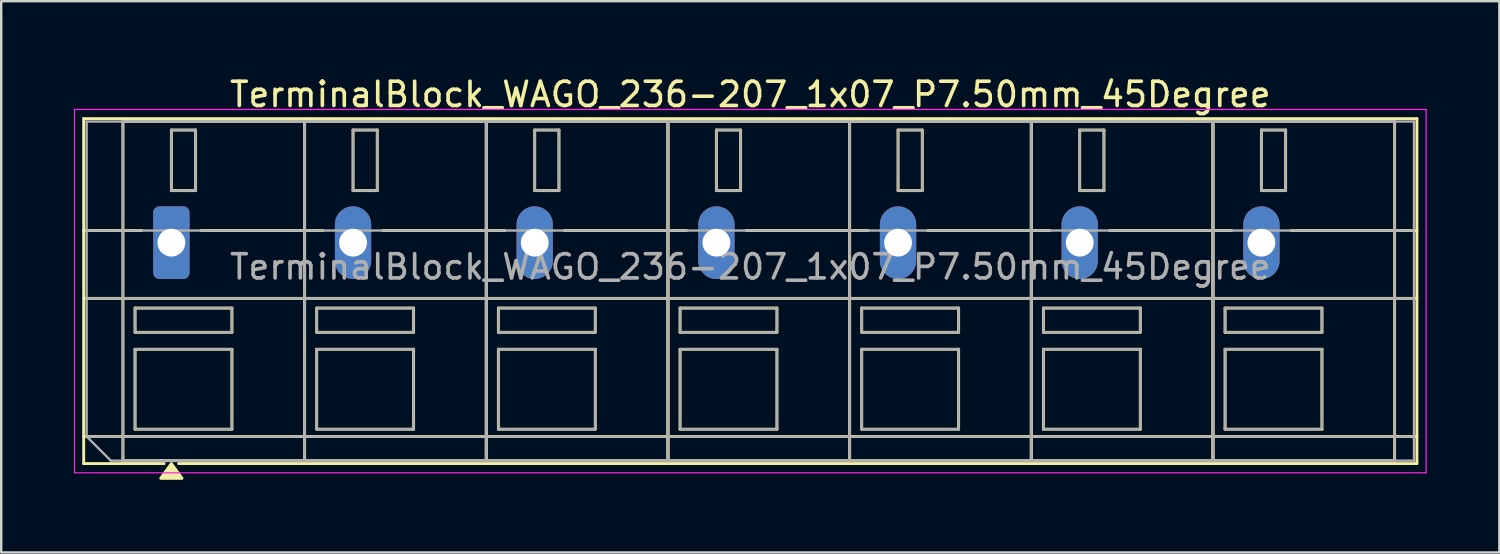
<source format=kicad_pcb>
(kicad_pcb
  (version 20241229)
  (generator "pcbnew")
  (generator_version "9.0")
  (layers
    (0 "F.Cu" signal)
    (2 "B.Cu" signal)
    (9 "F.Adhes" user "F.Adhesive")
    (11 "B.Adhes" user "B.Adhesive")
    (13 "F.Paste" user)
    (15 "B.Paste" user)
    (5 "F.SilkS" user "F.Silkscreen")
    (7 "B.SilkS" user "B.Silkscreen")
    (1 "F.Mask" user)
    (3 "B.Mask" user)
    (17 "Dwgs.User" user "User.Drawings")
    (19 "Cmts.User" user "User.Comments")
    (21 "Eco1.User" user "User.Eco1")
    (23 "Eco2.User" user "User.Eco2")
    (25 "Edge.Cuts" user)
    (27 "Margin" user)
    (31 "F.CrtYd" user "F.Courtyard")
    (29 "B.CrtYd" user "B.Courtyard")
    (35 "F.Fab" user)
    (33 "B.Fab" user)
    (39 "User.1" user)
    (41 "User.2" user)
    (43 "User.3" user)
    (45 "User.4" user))
  (footprint "TerminalBlock_WAGO_236-207_1x07_P7.50mm_45Degree"
    (layer "F.Cu")
    (at 4.025 6.968)
    (property "Reference" "TerminalBlock_WAGO_236-207_1x07_P7.50mm_45Degree" (at 23.9 -6.12 0) (layer "F.SilkS") (effects (font (size 1 1) (thickness 0.15))))
    (attr through_hole)
    (fp_line (start -3.62 -5.12) (end 51.42 -5.12) (stroke (width 0.12) (type solid)) (layer "F.SilkS"))
    (fp_line (start -3.62 -0.5) (end -1.23 -0.5) (stroke (width 0.12) (type solid)) (layer "F.SilkS"))
    (fp_line (start -3.62 2.3) (end 51.42 2.3) (stroke (width 0.12) (type solid)) (layer "F.SilkS"))
    (fp_line (start -3.62 8) (end 51.42 8) (stroke (width 0.12) (type solid)) (layer "F.SilkS"))
    (fp_line (start -3.62 9.12) (end -3.62 -5.12) (stroke (width 0.12) (type solid)) (layer "F.SilkS"))
    (fp_line (start -2 -5) (end 5.5 -5) (stroke (width 0.12) (type solid)) (layer "F.SilkS"))
    (fp_line (start -2 9) (end -2 -5) (stroke (width 0.12) (type solid)) (layer "F.SilkS"))
    (fp_line (start -1.5 2.7) (end 2.5 2.7) (stroke (width 0.12) (type solid)) (layer "F.SilkS"))
    (fp_line (start -1.5 3.7) (end -1.5 2.7) (stroke (width 0.12) (type solid)) (layer "F.SilkS"))
    (fp_line (start -1.5 4.4) (end 2.5 4.4) (stroke (width 0.12) (type solid)) (layer "F.SilkS"))
    (fp_line (start -1.5 7.7) (end -1.5 4.4) (stroke (width 0.12) (type solid)) (layer "F.SilkS"))
    (fp_line (start -0.3 9.12) (end -3.62 9.12) (stroke (width 0.12) (type solid)) (layer "F.SilkS"))
    (fp_line (start 0 -4.65) (end 1 -4.65) (stroke (width 0.12) (type solid)) (layer "F.SilkS"))
    (fp_line (start 0 -2.15) (end 0 -4.65) (stroke (width 0.12) (type solid)) (layer "F.SilkS"))
    (fp_line (start 1 -4.65) (end 1 -2.15) (stroke (width 0.12) (type solid)) (layer "F.SilkS"))
    (fp_line (start 1 -2.15) (end 0 -2.15) (stroke (width 0.12) (type solid)) (layer "F.SilkS"))
    (fp_line (start 1.23 -0.5) (end 6.27 -0.5) (stroke (width 0.12) (type solid)) (layer "F.SilkS"))
    (fp_line (start 2.5 2.7) (end 2.5 3.7) (stroke (width 0.12) (type solid)) (layer "F.SilkS"))
    (fp_line (start 2.5 3.7) (end -1.5 3.7) (stroke (width 0.12) (type solid)) (layer "F.SilkS"))
    (fp_line (start 2.5 4.4) (end 2.5 7.7) (stroke (width 0.12) (type solid)) (layer "F.SilkS"))
    (fp_line (start 2.5 7.7) (end -1.5 7.7) (stroke (width 0.12) (type solid)) (layer "F.SilkS"))
    (fp_line (start 5.5 -5) (end 5.5 9) (stroke (width 0.12) (type solid)) (layer "F.SilkS"))
    (fp_line (start 5.5 -5) (end 13 -5) (stroke (width 0.12) (type solid)) (layer "F.SilkS"))
    (fp_line (start 5.5 9) (end -2 9) (stroke (width 0.12) (type solid)) (layer "F.SilkS"))
    (fp_line (start 5.5 9) (end 5.5 -5) (stroke (width 0.12) (type solid)) (layer "F.SilkS"))
    (fp_line (start 6 2.7) (end 10 2.7) (stroke (width 0.12) (type solid)) (layer "F.SilkS"))
    (fp_line (start 6 3.7) (end 6 2.7) (stroke (width 0.12) (type solid)) (layer "F.SilkS"))
    (fp_line (start 6 4.4) (end 10 4.4) (stroke (width 0.12) (type solid)) (layer "F.SilkS"))
    (fp_line (start 6 7.7) (end 6 4.4) (stroke (width 0.12) (type solid)) (layer "F.SilkS"))
    (fp_line (start 7.5 -4.65) (end 8.5 -4.65) (stroke (width 0.12) (type solid)) (layer "F.SilkS"))
    (fp_line (start 7.5 -2.15) (end 7.5 -4.65) (stroke (width 0.12) (type solid)) (layer "F.SilkS"))
    (fp_line (start 8.5 -4.65) (end 8.5 -2.15) (stroke (width 0.12) (type solid)) (layer "F.SilkS"))
    (fp_line (start 8.5 -2.15) (end 7.5 -2.15) (stroke (width 0.12) (type solid)) (layer "F.SilkS"))
    (fp_line (start 8.73 -0.5) (end 13.77 -0.5) (stroke (width 0.12) (type solid)) (layer "F.SilkS"))
    (fp_line (start 10 2.7) (end 10 3.7) (stroke (width 0.12) (type solid)) (layer "F.SilkS"))
    (fp_line (start 10 3.7) (end 6 3.7) (stroke (width 0.12) (type solid)) (layer "F.SilkS"))
    (fp_line (start 10 4.4) (end 10 7.7) (stroke (width 0.12) (type solid)) (layer "F.SilkS"))
    (fp_line (start 10 7.7) (end 6 7.7) (stroke (width 0.12) (type solid)) (layer "F.SilkS"))
    (fp_line (start 13 -5) (end 13 9) (stroke (width 0.12) (type solid)) (layer "F.SilkS"))
    (fp_line (start 13 -5) (end 20.5 -5) (stroke (width 0.12) (type solid)) (layer "F.SilkS"))
    (fp_line (start 13 9) (end 5.5 9) (stroke (width 0.12) (type solid)) (layer "F.SilkS"))
    (fp_line (start 13 9) (end 13 -5) (stroke (width 0.12) (type solid)) (layer "F.SilkS"))
    (fp_line (start 13.5 2.7) (end 17.5 2.7) (stroke (width 0.12) (type solid)) (layer "F.SilkS"))
    (fp_line (start 13.5 3.7) (end 13.5 2.7) (stroke (width 0.12) (type solid)) (layer "F.SilkS"))
    (fp_line (start 13.5 4.4) (end 17.5 4.4) (stroke (width 0.12) (type solid)) (layer "F.SilkS"))
    (fp_line (start 13.5 7.7) (end 13.5 4.4) (stroke (width 0.12) (type solid)) (layer "F.SilkS"))
    (fp_line (start 15 -4.65) (end 16 -4.65) (stroke (width 0.12) (type solid)) (layer "F.SilkS"))
    (fp_line (start 15 -2.15) (end 15 -4.65) (stroke (width 0.12) (type solid)) (layer "F.SilkS"))
    (fp_line (start 16 -4.65) (end 16 -2.15) (stroke (width 0.12) (type solid)) (layer "F.SilkS"))
    (fp_line (start 16 -2.15) (end 15 -2.15) (stroke (width 0.12) (type solid)) (layer "F.SilkS"))
    (fp_line (start 16.23 -0.5) (end 21.27 -0.5) (stroke (width 0.12) (type solid)) (layer "F.SilkS"))
    (fp_line (start 17.5 2.7) (end 17.5 3.7) (stroke (width 0.12) (type solid)) (layer "F.SilkS"))
    (fp_line (start 17.5 3.7) (end 13.5 3.7) (stroke (width 0.12) (type solid)) (layer "F.SilkS"))
    (fp_line (start 17.5 4.4) (end 17.5 7.7) (stroke (width 0.12) (type solid)) (layer "F.SilkS"))
    (fp_line (start 17.5 7.7) (end 13.5 7.7) (stroke (width 0.12) (type solid)) (layer "F.SilkS"))
    (fp_line (start 20.5 -5) (end 20.5 9) (stroke (width 0.12) (type solid)) (layer "F.SilkS"))
    (fp_line (start 20.5 -5) (end 28 -5) (stroke (width 0.12) (type solid)) (layer "F.SilkS"))
    (fp_line (start 20.5 9) (end 13 9) (stroke (width 0.12) (type solid)) (layer "F.SilkS"))
    (fp_line (start 20.5 9) (end 20.5 -5) (stroke (width 0.12) (type solid)) (layer "F.SilkS"))
    (fp_line (start 21 2.7) (end 25 2.7) (stroke (width 0.12) (type solid)) (layer "F.SilkS"))
    (fp_line (start 21 3.7) (end 21 2.7) (stroke (width 0.12) (type solid)) (layer "F.SilkS"))
    (fp_line (start 21 4.4) (end 25 4.4) (stroke (width 0.12) (type solid)) (layer "F.SilkS"))
    (fp_line (start 21 7.7) (end 21 4.4) (stroke (width 0.12) (type solid)) (layer "F.SilkS"))
    (fp_line (start 22.5 -4.65) (end 23.5 -4.65) (stroke (width 0.12) (type solid)) (layer "F.SilkS"))
    (fp_line (start 22.5 -2.15) (end 22.5 -4.65) (stroke (width 0.12) (type solid)) (layer "F.SilkS"))
    (fp_line (start 23.5 -4.65) (end 23.5 -2.15) (stroke (width 0.12) (type solid)) (layer "F.SilkS"))
    (fp_line (start 23.5 -2.15) (end 22.5 -2.15) (stroke (width 0.12) (type solid)) (layer "F.SilkS"))
    (fp_line (start 23.73 -0.5) (end 28.77 -0.5) (stroke (width 0.12) (type solid)) (layer "F.SilkS"))
    (fp_line (start 25 2.7) (end 25 3.7) (stroke (width 0.12) (type solid)) (layer "F.SilkS"))
    (fp_line (start 25 3.7) (end 21 3.7) (stroke (width 0.12) (type solid)) (layer "F.SilkS"))
    (fp_line (start 25 4.4) (end 25 7.7) (stroke (width 0.12) (type solid)) (layer "F.SilkS"))
    (fp_line (start 25 7.7) (end 21 7.7) (stroke (width 0.12) (type solid)) (layer "F.SilkS"))
    (fp_line (start 28 -5) (end 28 9) (stroke (width 0.12) (type solid)) (layer "F.SilkS"))
    (fp_line (start 28 -5) (end 35.5 -5) (stroke (width 0.12) (type solid)) (layer "F.SilkS"))
    (fp_line (start 28 9) (end 20.5 9) (stroke (width 0.12) (type solid)) (layer "F.SilkS"))
    (fp_line (start 28 9) (end 28 -5) (stroke (width 0.12) (type solid)) (layer "F.SilkS"))
    (fp_line (start 28.5 2.7) (end 32.5 2.7) (stroke (width 0.12) (type solid)) (layer "F.SilkS"))
    (fp_line (start 28.5 3.7) (end 28.5 2.7) (stroke (width 0.12) (type solid)) (layer "F.SilkS"))
    (fp_line (start 28.5 4.4) (end 32.5 4.4) (stroke (width 0.12) (type solid)) (layer "F.SilkS"))
    (fp_line (start 28.5 7.7) (end 28.5 4.4) (stroke (width 0.12) (type solid)) (layer "F.SilkS"))
    (fp_line (start 30 -4.65) (end 31 -4.65) (stroke (width 0.12) (type solid)) (layer "F.SilkS"))
    (fp_line (start 30 -2.15) (end 30 -4.65) (stroke (width 0.12) (type solid)) (layer "F.SilkS"))
    (fp_line (start 31 -4.65) (end 31 -2.15) (stroke (width 0.12) (type solid)) (layer "F.SilkS"))
    (fp_line (start 31 -2.15) (end 30 -2.15) (stroke (width 0.12) (type solid)) (layer "F.SilkS"))
    (fp_line (start 31.23 -0.5) (end 36.27 -0.5) (stroke (width 0.12) (type solid)) (layer "F.SilkS"))
    (fp_line (start 32.5 2.7) (end 32.5 3.7) (stroke (width 0.12) (type solid)) (layer "F.SilkS"))
    (fp_line (start 32.5 3.7) (end 28.5 3.7) (stroke (width 0.12) (type solid)) (layer "F.SilkS"))
    (fp_line (start 32.5 4.4) (end 32.5 7.7) (stroke (width 0.12) (type solid)) (layer "F.SilkS"))
    (fp_line (start 32.5 7.7) (end 28.5 7.7) (stroke (width 0.12) (type solid)) (layer "F.SilkS"))
    (fp_line (start 35.5 -5) (end 35.5 9) (stroke (width 0.12) (type solid)) (layer "F.SilkS"))
    (fp_line (start 35.5 -5) (end 43 -5) (stroke (width 0.12) (type solid)) (layer "F.SilkS"))
    (fp_line (start 35.5 9) (end 28 9) (stroke (width 0.12) (type solid)) (layer "F.SilkS"))
    (fp_line (start 35.5 9) (end 35.5 -5) (stroke (width 0.12) (type solid)) (layer "F.SilkS"))
    (fp_line (start 36 2.7) (end 40 2.7) (stroke (width 0.12) (type solid)) (layer "F.SilkS"))
    (fp_line (start 36 3.7) (end 36 2.7) (stroke (width 0.12) (type solid)) (layer "F.SilkS"))
    (fp_line (start 36 4.4) (end 40 4.4) (stroke (width 0.12) (type solid)) (layer "F.SilkS"))
    (fp_line (start 36 7.7) (end 36 4.4) (stroke (width 0.12) (type solid)) (layer "F.SilkS"))
    (fp_line (start 37.5 -4.65) (end 38.5 -4.65) (stroke (width 0.12) (type solid)) (layer "F.SilkS"))
    (fp_line (start 37.5 -2.15) (end 37.5 -4.65) (stroke (width 0.12) (type solid)) (layer "F.SilkS"))
    (fp_line (start 38.5 -4.65) (end 38.5 -2.15) (stroke (width 0.12) (type solid)) (layer "F.SilkS"))
    (fp_line (start 38.5 -2.15) (end 37.5 -2.15) (stroke (width 0.12) (type solid)) (layer "F.SilkS"))
    (fp_line (start 38.73 -0.5) (end 43.77 -0.5) (stroke (width 0.12) (type solid)) (layer "F.SilkS"))
    (fp_line (start 40 2.7) (end 40 3.7) (stroke (width 0.12) (type solid)) (layer "F.SilkS"))
    (fp_line (start 40 3.7) (end 36 3.7) (stroke (width 0.12) (type solid)) (layer "F.SilkS"))
    (fp_line (start 40 4.4) (end 40 7.7) (stroke (width 0.12) (type solid)) (layer "F.SilkS"))
    (fp_line (start 40 7.7) (end 36 7.7) (stroke (width 0.12) (type solid)) (layer "F.SilkS"))
    (fp_line (start 43 -5) (end 43 9) (stroke (width 0.12) (type solid)) (layer "F.SilkS"))
    (fp_line (start 43 -5) (end 50.5 -5) (stroke (width 0.12) (type solid)) (layer "F.SilkS"))
    (fp_line (start 43 9) (end 35.5 9) (stroke (width 0.12) (type solid)) (layer "F.SilkS"))
    (fp_line (start 43 9) (end 43 -5) (stroke (width 0.12) (type solid)) (layer "F.SilkS"))
    (fp_line (start 43.5 2.7) (end 47.5 2.7) (stroke (width 0.12) (type solid)) (layer "F.SilkS"))
    (fp_line (start 43.5 3.7) (end 43.5 2.7) (stroke (width 0.12) (type solid)) (layer "F.SilkS"))
    (fp_line (start 43.5 4.4) (end 47.5 4.4) (stroke (width 0.12) (type solid)) (layer "F.SilkS"))
    (fp_line (start 43.5 7.7) (end 43.5 4.4) (stroke (width 0.12) (type solid)) (layer "F.SilkS"))
    (fp_line (start 45 -4.65) (end 46 -4.65) (stroke (width 0.12) (type solid)) (layer "F.SilkS"))
    (fp_line (start 45 -2.15) (end 45 -4.65) (stroke (width 0.12) (type solid)) (layer "F.SilkS"))
    (fp_line (start 46 -4.65) (end 46 -2.15) (stroke (width 0.12) (type solid)) (layer "F.SilkS"))
    (fp_line (start 46 -2.15) (end 45 -2.15) (stroke (width 0.12) (type solid)) (layer "F.SilkS"))
    (fp_line (start 46.23 -0.5) (end 51.42 -0.5) (stroke (width 0.12) (type solid)) (layer "F.SilkS"))
    (fp_line (start 47.5 2.7) (end 47.5 3.7) (stroke (width 0.12) (type solid)) (layer "F.SilkS"))
    (fp_line (start 47.5 3.7) (end 43.5 3.7) (stroke (width 0.12) (type solid)) (layer "F.SilkS"))
    (fp_line (start 47.5 4.4) (end 47.5 7.7) (stroke (width 0.12) (type solid)) (layer "F.SilkS"))
    (fp_line (start 47.5 7.7) (end 43.5 7.7) (stroke (width 0.12) (type solid)) (layer "F.SilkS"))
    (fp_line (start 50.5 -5) (end 50.5 9) (stroke (width 0.12) (type solid)) (layer "F.SilkS"))
    (fp_line (start 50.5 9) (end 43 9) (stroke (width 0.12) (type solid)) (layer "F.SilkS"))
    (fp_line (start 51.42 -5.12) (end 51.42 9.12) (stroke (width 0.12) (type solid)) (layer "F.SilkS"))
    (fp_line (start 51.42 9.12) (end 0.3 9.12) (stroke (width 0.12) (type solid)) (layer "F.SilkS"))
    (fp_poly (pts (xy 0 9.12) (xy 0.44 9.73) (xy -0.44 9.73)) (stroke (width 0.12) (type solid)) (fill yes) (layer "F.SilkS"))
    (fp_line (start -4 -5.5) (end -4 9.5) (stroke (width 0.05) (type solid)) (layer "F.CrtYd"))
    (fp_line (start -4 9.5) (end 51.8 9.5) (stroke (width 0.05) (type solid)) (layer "F.CrtYd"))
    (fp_line (start 51.8 -5.5) (end -4 -5.5) (stroke (width 0.05) (type solid)) (layer "F.CrtYd"))
    (fp_line (start 51.8 9.5) (end 51.8 -5.5) (stroke (width 0.05) (type solid)) (layer "F.CrtYd"))
    (fp_line (start -3.5 -5) (end 51.3 -5) (stroke (width 0.1) (type solid)) (layer "F.Fab"))
    (fp_line (start -3.5 -0.5) (end 51.3 -0.5) (stroke (width 0.1) (type solid)) (layer "F.Fab"))
    (fp_line (start -3.5 2.3) (end 51.3 2.3) (stroke (width 0.1) (type solid)) (layer "F.Fab"))
    (fp_line (start -3.5 8) (end -3.5 -5) (stroke (width 0.1) (type solid)) (layer "F.Fab"))
    (fp_line (start -3.5 8) (end 51.3 8) (stroke (width 0.1) (type solid)) (layer "F.Fab"))
    (fp_line (start -2.5 9) (end -3.5 8) (stroke (width 0.1) (type solid)) (layer "F.Fab"))
    (fp_line (start -2 -5) (end -2 9) (stroke (width 0.1) (type solid)) (layer "F.Fab"))
    (fp_line (start -2 9) (end 5.5 9) (stroke (width 0.1) (type solid)) (layer "F.Fab"))
    (fp_line (start -1.5 2.7) (end -1.5 3.7) (stroke (width 0.1) (type solid)) (layer "F.Fab"))
    (fp_line (start -1.5 3.7) (end 2.5 3.7) (stroke (width 0.1) (type solid)) (layer "F.Fab"))
    (fp_line (start -1.5 4.4) (end -1.5 7.7) (stroke (width 0.1) (type solid)) (layer "F.Fab"))
    (fp_line (start -1.5 7.7) (end 2.5 7.7) (stroke (width 0.1) (type solid)) (layer "F.Fab"))
    (fp_line (start 0 -4.65) (end 0 -2.15) (stroke (width 0.1) (type solid)) (layer "F.Fab"))
    (fp_line (start 0 -2.15) (end 1 -2.15) (stroke (width 0.1) (type solid)) (layer "F.Fab"))
    (fp_line (start 1 -4.65) (end 0 -4.65) (stroke (width 0.1) (type solid)) (layer "F.Fab"))
    (fp_line (start 1 -2.15) (end 1 -4.65) (stroke (width 0.1) (type solid)) (layer "F.Fab"))
    (fp_line (start 2.5 2.7) (end -1.5 2.7) (stroke (width 0.1) (type solid)) (layer "F.Fab"))
    (fp_line (start 2.5 3.7) (end 2.5 2.7) (stroke (width 0.1) (type solid)) (layer "F.Fab"))
    (fp_line (start 2.5 4.4) (end -1.5 4.4) (stroke (width 0.1) (type solid)) (layer "F.Fab"))
    (fp_line (start 2.5 7.7) (end 2.5 4.4) (stroke (width 0.1) (type solid)) (layer "F.Fab"))
    (fp_line (start 5.5 -5) (end -2 -5) (stroke (width 0.1) (type solid)) (layer "F.Fab"))
    (fp_line (start 5.5 -5) (end 5.5 9) (stroke (width 0.1) (type solid)) (layer "F.Fab"))
    (fp_line (start 5.5 9) (end 5.5 -5) (stroke (width 0.1) (type solid)) (layer "F.Fab"))
    (fp_line (start 5.5 9) (end 13 9) (stroke (width 0.1) (type solid)) (layer "F.Fab"))
    (fp_line (start 6 2.7) (end 6 3.7) (stroke (width 0.1) (type solid)) (layer "F.Fab"))
    (fp_line (start 6 3.7) (end 10 3.7) (stroke (width 0.1) (type solid)) (layer "F.Fab"))
    (fp_line (start 6 4.4) (end 6 7.7) (stroke (width 0.1) (type solid)) (layer "F.Fab"))
    (fp_line (start 6 7.7) (end 10 7.7) (stroke (width 0.1) (type solid)) (layer "F.Fab"))
    (fp_line (start 7.5 -4.65) (end 7.5 -2.15) (stroke (width 0.1) (type solid)) (layer "F.Fab"))
    (fp_line (start 7.5 -2.15) (end 8.5 -2.15) (stroke (width 0.1) (type solid)) (layer "F.Fab"))
    (fp_line (start 8.5 -4.65) (end 7.5 -4.65) (stroke (width 0.1) (type solid)) (layer "F.Fab"))
    (fp_line (start 8.5 -2.15) (end 8.5 -4.65) (stroke (width 0.1) (type solid)) (layer "F.Fab"))
    (fp_line (start 10 2.7) (end 6 2.7) (stroke (width 0.1) (type solid)) (layer "F.Fab"))
    (fp_line (start 10 3.7) (end 10 2.7) (stroke (width 0.1) (type solid)) (layer "F.Fab"))
    (fp_line (start 10 4.4) (end 6 4.4) (stroke (width 0.1) (type solid)) (layer "F.Fab"))
    (fp_line (start 10 7.7) (end 10 4.4) (stroke (width 0.1) (type solid)) (layer "F.Fab"))
    (fp_line (start 13 -5) (end 5.5 -5) (stroke (width 0.1) (type solid)) (layer "F.Fab"))
    (fp_line (start 13 -5) (end 13 9) (stroke (width 0.1) (type solid)) (layer "F.Fab"))
    (fp_line (start 13 9) (end 13 -5) (stroke (width 0.1) (type solid)) (layer "F.Fab"))
    (fp_line (start 13 9) (end 20.5 9) (stroke (width 0.1) (type solid)) (layer "F.Fab"))
    (fp_line (start 13.5 2.7) (end 13.5 3.7) (stroke (width 0.1) (type solid)) (layer "F.Fab"))
    (fp_line (start 13.5 3.7) (end 17.5 3.7) (stroke (width 0.1) (type solid)) (layer "F.Fab"))
    (fp_line (start 13.5 4.4) (end 13.5 7.7) (stroke (width 0.1) (type solid)) (layer "F.Fab"))
    (fp_line (start 13.5 7.7) (end 17.5 7.7) (stroke (width 0.1) (type solid)) (layer "F.Fab"))
    (fp_line (start 15 -4.65) (end 15 -2.15) (stroke (width 0.1) (type solid)) (layer "F.Fab"))
    (fp_line (start 15 -2.15) (end 16 -2.15) (stroke (width 0.1) (type solid)) (layer "F.Fab"))
    (fp_line (start 16 -4.65) (end 15 -4.65) (stroke (width 0.1) (type solid)) (layer "F.Fab"))
    (fp_line (start 16 -2.15) (end 16 -4.65) (stroke (width 0.1) (type solid)) (layer "F.Fab"))
    (fp_line (start 17.5 2.7) (end 13.5 2.7) (stroke (width 0.1) (type solid)) (layer "F.Fab"))
    (fp_line (start 17.5 3.7) (end 17.5 2.7) (stroke (width 0.1) (type solid)) (layer "F.Fab"))
    (fp_line (start 17.5 4.4) (end 13.5 4.4) (stroke (width 0.1) (type solid)) (layer "F.Fab"))
    (fp_line (start 17.5 7.7) (end 17.5 4.4) (stroke (width 0.1) (type solid)) (layer "F.Fab"))
    (fp_line (start 20.5 -5) (end 13 -5) (stroke (width 0.1) (type solid)) (layer "F.Fab"))
    (fp_line (start 20.5 -5) (end 20.5 9) (stroke (width 0.1) (type solid)) (layer "F.Fab"))
    (fp_line (start 20.5 9) (end 20.5 -5) (stroke (width 0.1) (type solid)) (layer "F.Fab"))
    (fp_line (start 20.5 9) (end 28 9) (stroke (width 0.1) (type solid)) (layer "F.Fab"))
    (fp_line (start 21 2.7) (end 21 3.7) (stroke (width 0.1) (type solid)) (layer "F.Fab"))
    (fp_line (start 21 3.7) (end 25 3.7) (stroke (width 0.1) (type solid)) (layer "F.Fab"))
    (fp_line (start 21 4.4) (end 21 7.7) (stroke (width 0.1) (type solid)) (layer "F.Fab"))
    (fp_line (start 21 7.7) (end 25 7.7) (stroke (width 0.1) (type solid)) (layer "F.Fab"))
    (fp_line (start 22.5 -4.65) (end 22.5 -2.15) (stroke (width 0.1) (type solid)) (layer "F.Fab"))
    (fp_line (start 22.5 -2.15) (end 23.5 -2.15) (stroke (width 0.1) (type solid)) (layer "F.Fab"))
    (fp_line (start 23.5 -4.65) (end 22.5 -4.65) (stroke (width 0.1) (type solid)) (layer "F.Fab"))
    (fp_line (start 23.5 -2.15) (end 23.5 -4.65) (stroke (width 0.1) (type solid)) (layer "F.Fab"))
    (fp_line (start 25 2.7) (end 21 2.7) (stroke (width 0.1) (type solid)) (layer "F.Fab"))
    (fp_line (start 25 3.7) (end 25 2.7) (stroke (width 0.1) (type solid)) (layer "F.Fab"))
    (fp_line (start 25 4.4) (end 21 4.4) (stroke (width 0.1) (type solid)) (layer "F.Fab"))
    (fp_line (start 25 7.7) (end 25 4.4) (stroke (width 0.1) (type solid)) (layer "F.Fab"))
    (fp_line (start 28 -5) (end 20.5 -5) (stroke (width 0.1) (type solid)) (layer "F.Fab"))
    (fp_line (start 28 -5) (end 28 9) (stroke (width 0.1) (type solid)) (layer "F.Fab"))
    (fp_line (start 28 9) (end 28 -5) (stroke (width 0.1) (type solid)) (layer "F.Fab"))
    (fp_line (start 28 9) (end 35.5 9) (stroke (width 0.1) (type solid)) (layer "F.Fab"))
    (fp_line (start 28.5 2.7) (end 28.5 3.7) (stroke (width 0.1) (type solid)) (layer "F.Fab"))
    (fp_line (start 28.5 3.7) (end 32.5 3.7) (stroke (width 0.1) (type solid)) (layer "F.Fab"))
    (fp_line (start 28.5 4.4) (end 28.5 7.7) (stroke (width 0.1) (type solid)) (layer "F.Fab"))
    (fp_line (start 28.5 7.7) (end 32.5 7.7) (stroke (width 0.1) (type solid)) (layer "F.Fab"))
    (fp_line (start 30 -4.65) (end 30 -2.15) (stroke (width 0.1) (type solid)) (layer "F.Fab"))
    (fp_line (start 30 -2.15) (end 31 -2.15) (stroke (width 0.1) (type solid)) (layer "F.Fab"))
    (fp_line (start 31 -4.65) (end 30 -4.65) (stroke (width 0.1) (type solid)) (layer "F.Fab"))
    (fp_line (start 31 -2.15) (end 31 -4.65) (stroke (width 0.1) (type solid)) (layer "F.Fab"))
    (fp_line (start 32.5 2.7) (end 28.5 2.7) (stroke (width 0.1) (type solid)) (layer "F.Fab"))
    (fp_line (start 32.5 3.7) (end 32.5 2.7) (stroke (width 0.1) (type solid)) (layer "F.Fab"))
    (fp_line (start 32.5 4.4) (end 28.5 4.4) (stroke (width 0.1) (type solid)) (layer "F.Fab"))
    (fp_line (start 32.5 7.7) (end 32.5 4.4) (stroke (width 0.1) (type solid)) (layer "F.Fab"))
    (fp_line (start 35.5 -5) (end 28 -5) (stroke (width 0.1) (type solid)) (layer "F.Fab"))
    (fp_line (start 35.5 -5) (end 35.5 9) (stroke (width 0.1) (type solid)) (layer "F.Fab"))
    (fp_line (start 35.5 9) (end 35.5 -5) (stroke (width 0.1) (type solid)) (layer "F.Fab"))
    (fp_line (start 35.5 9) (end 43 9) (stroke (width 0.1) (type solid)) (layer "F.Fab"))
    (fp_line (start 36 2.7) (end 36 3.7) (stroke (width 0.1) (type solid)) (layer "F.Fab"))
    (fp_line (start 36 3.7) (end 40 3.7) (stroke (width 0.1) (type solid)) (layer "F.Fab"))
    (fp_line (start 36 4.4) (end 36 7.7) (stroke (width 0.1) (type solid)) (layer "F.Fab"))
    (fp_line (start 36 7.7) (end 40 7.7) (stroke (width 0.1) (type solid)) (layer "F.Fab"))
    (fp_line (start 37.5 -4.65) (end 37.5 -2.15) (stroke (width 0.1) (type solid)) (layer "F.Fab"))
    (fp_line (start 37.5 -2.15) (end 38.5 -2.15) (stroke (width 0.1) (type solid)) (layer "F.Fab"))
    (fp_line (start 38.5 -4.65) (end 37.5 -4.65) (stroke (width 0.1) (type solid)) (layer "F.Fab"))
    (fp_line (start 38.5 -2.15) (end 38.5 -4.65) (stroke (width 0.1) (type solid)) (layer "F.Fab"))
    (fp_line (start 40 2.7) (end 36 2.7) (stroke (width 0.1) (type solid)) (layer "F.Fab"))
    (fp_line (start 40 3.7) (end 40 2.7) (stroke (width 0.1) (type solid)) (layer "F.Fab"))
    (fp_line (start 40 4.4) (end 36 4.4) (stroke (width 0.1) (type solid)) (layer "F.Fab"))
    (fp_line (start 40 7.7) (end 40 4.4) (stroke (width 0.1) (type solid)) (layer "F.Fab"))
    (fp_line (start 43 -5) (end 35.5 -5) (stroke (width 0.1) (type solid)) (layer "F.Fab"))
    (fp_line (start 43 -5) (end 43 9) (stroke (width 0.1) (type solid)) (layer "F.Fab"))
    (fp_line (start 43 9) (end 43 -5) (stroke (width 0.1) (type solid)) (layer "F.Fab"))
    (fp_line (start 43 9) (end 50.5 9) (stroke (width 0.1) (type solid)) (layer "F.Fab"))
    (fp_line (start 43.5 2.7) (end 43.5 3.7) (stroke (width 0.1) (type solid)) (layer "F.Fab"))
    (fp_line (start 43.5 3.7) (end 47.5 3.7) (stroke (width 0.1) (type solid)) (layer "F.Fab"))
    (fp_line (start 43.5 4.4) (end 43.5 7.7) (stroke (width 0.1) (type solid)) (layer "F.Fab"))
    (fp_line (start 43.5 7.7) (end 47.5 7.7) (stroke (width 0.1) (type solid)) (layer "F.Fab"))
    (fp_line (start 45 -4.65) (end 45 -2.15) (stroke (width 0.1) (type solid)) (layer "F.Fab"))
    (fp_line (start 45 -2.15) (end 46 -2.15) (stroke (width 0.1) (type solid)) (layer "F.Fab"))
    (fp_line (start 46 -4.65) (end 45 -4.65) (stroke (width 0.1) (type solid)) (layer "F.Fab"))
    (fp_line (start 46 -2.15) (end 46 -4.65) (stroke (width 0.1) (type solid)) (layer "F.Fab"))
    (fp_line (start 47.5 2.7) (end 43.5 2.7) (stroke (width 0.1) (type solid)) (layer "F.Fab"))
    (fp_line (start 47.5 3.7) (end 47.5 2.7) (stroke (width 0.1) (type solid)) (layer "F.Fab"))
    (fp_line (start 47.5 4.4) (end 43.5 4.4) (stroke (width 0.1) (type solid)) (layer "F.Fab"))
    (fp_line (start 47.5 7.7) (end 47.5 4.4) (stroke (width 0.1) (type solid)) (layer "F.Fab"))
    (fp_line (start 50.5 -5) (end 43 -5) (stroke (width 0.1) (type solid)) (layer "F.Fab"))
    (fp_line (start 50.5 9) (end 50.5 -5) (stroke (width 0.1) (type solid)) (layer "F.Fab"))
    (fp_line (start 51.3 -5) (end 51.3 9) (stroke (width 0.1) (type solid)) (layer "F.Fab"))
    (fp_line (start 51.3 9) (end -2.5 9) (stroke (width 0.1) (type solid)) (layer "F.Fab"))
    (fp_text user "${REFERENCE}" (at 23.9 1 0) (layer "F.Fab") (effects (font (size 1 1) (thickness 0.15))))
    (pad "1" thru_hole roundrect (at 0 0) (size 1.5 3) (drill 1.15) (layers "*.Cu" "*.Mask") (roundrect_rratio 0.167))
    (pad "2" thru_hole oval (at 7.5 0) (size 1.5 3) (drill 1.15) (layers "*.Cu" "*.Mask"))
    (pad "3" thru_hole oval (at 15 0) (size 1.5 3) (drill 1.15) (layers "*.Cu" "*.Mask"))
    (pad "4" thru_hole oval (at 22.5 0) (size 1.5 3) (drill 1.15) (layers "*.Cu" "*.Mask"))
    (pad "5" thru_hole oval (at 30 0) (size 1.5 3) (drill 1.15) (layers "*.Cu" "*.Mask"))
    (pad "6" thru_hole oval (at 37.5 0) (size 1.5 3) (drill 1.15) (layers "*.Cu" "*.Mask"))
    (pad "7" thru_hole oval (at 45 0) (size 1.5 3) (drill 1.15) (layers "*.Cu" "*.Mask")))
  (gr_rect
    (start -3 -3)
    (end 58.85 19.758)
    (stroke (width 0.1) (type default))
    (fill no)
    (layer "Edge.Cuts")))
</source>
